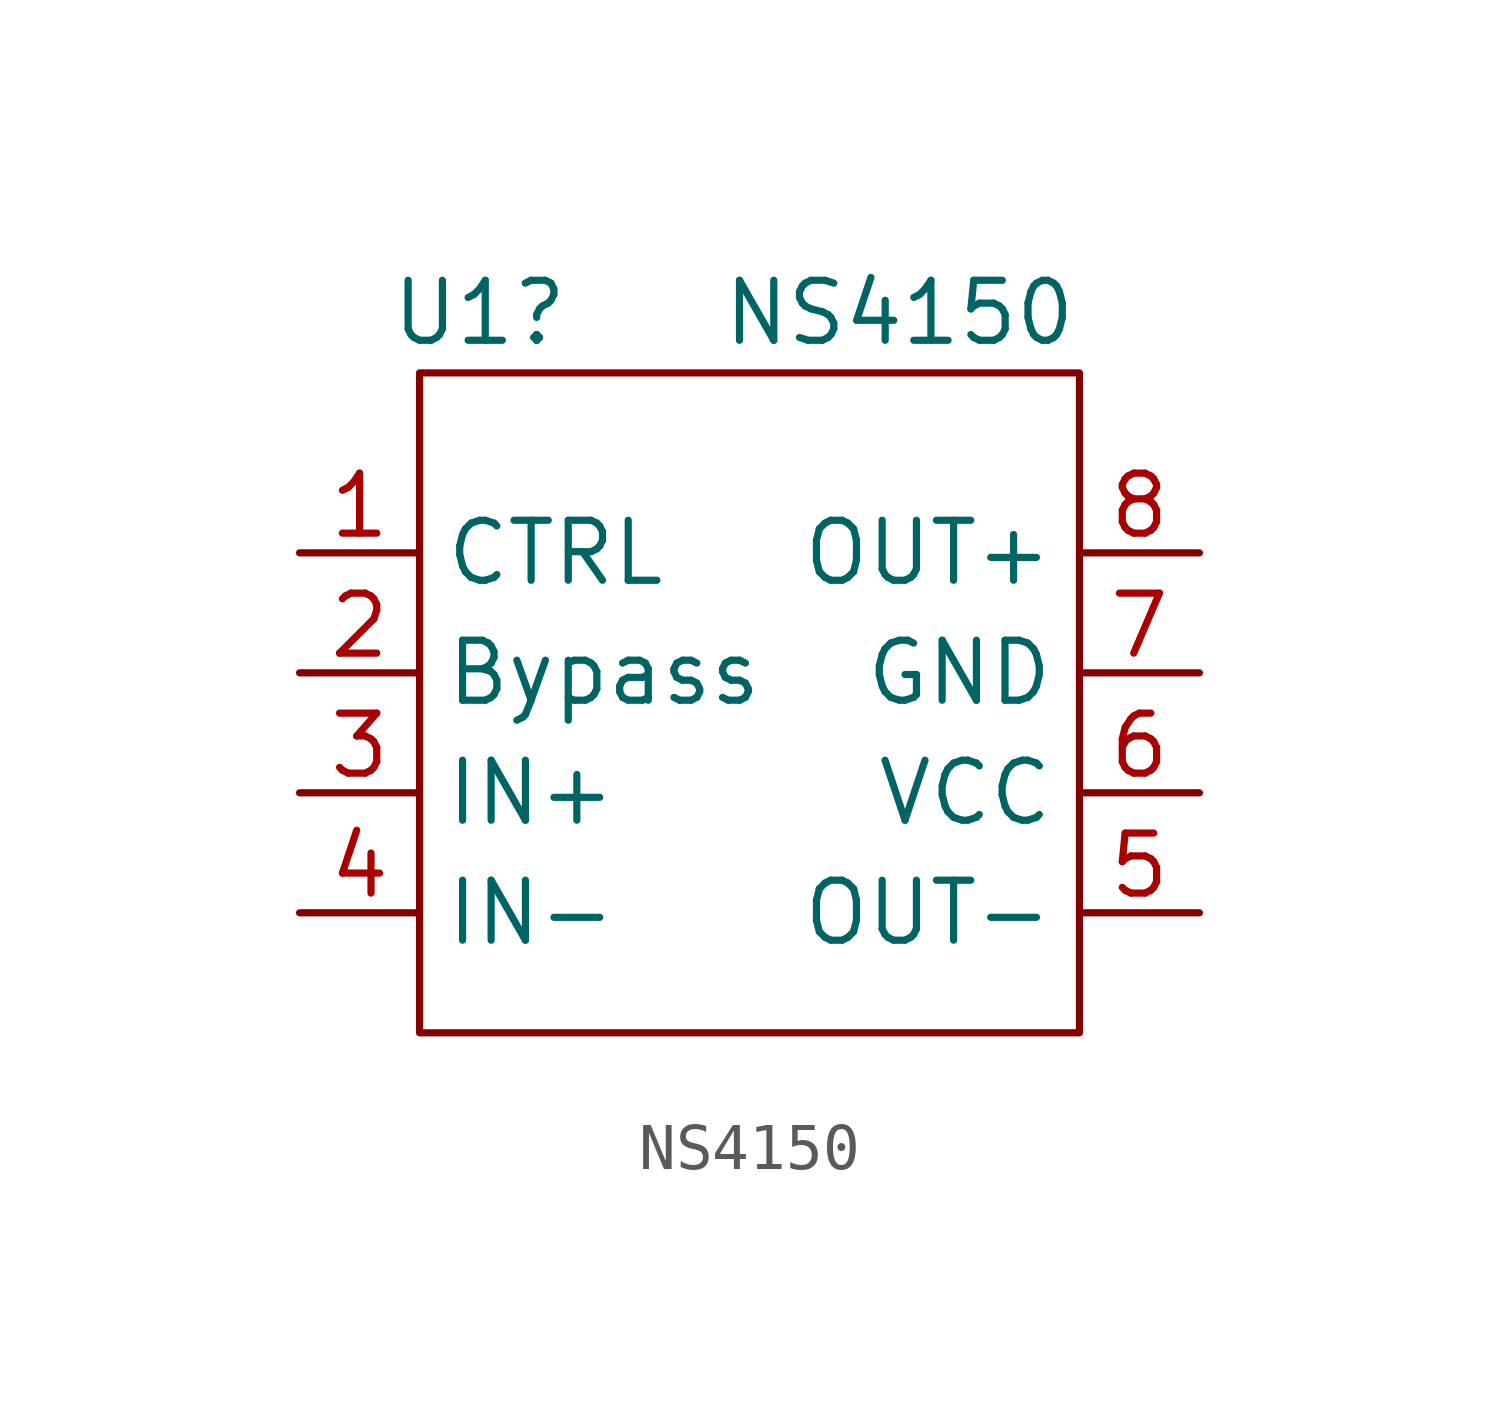
<source format=kicad_sym>
(kicad_symbol_lib
  (version 20220914)
  (generator kicad_symbol_editor)
  (symbol "NS4150"
    (property "Reference" "U1"
      (at 1.27 1.27 0)
      (effects (font (size 1.27 1.27))))
    (property "Value" "NS4150"
      (at 10.16 1.27 0)
      (effects (font (size 1.27 1.27))))
    (symbol "NS4150_0_1"
      (rectangle (start 0 0) (end 13.97 -13.97) (stroke (width 0) (type default)) (fill (type none))))
    (symbol "NS4150_1_1"
      (pin passive line (at -2.54 -3.81 0) (length 2.54) (name "CTRL" (effects (font (size 1.27 1.27)))) (number "1" (effects (font (size 1.27 1.27)))))
      (pin passive line (at -2.54 -6.35 0) (length 2.54) (name "Bypass" (effects (font (size 1.27 1.27)))) (number "2" (effects (font (size 1.27 1.27)))))
      (pin passive line (at -2.54 -8.89 0) (length 2.54) (name "IN+" (effects (font (size 1.27 1.27)))) (number "3" (effects (font (size 1.27 1.27)))))
      (pin passive line (at -2.54 -11.43 0) (length 2.54) (name "IN-" (effects (font (size 1.27 1.27)))) (number "4" (effects (font (size 1.27 1.27)))))
      (pin passive line (at 16.51 -11.43 180) (length 2.54) (name "OUT-" (effects (font (size 1.27 1.27)))) (number "5" (effects (font (size 1.27 1.27)))))
      (pin passive line (at 16.51 -8.89 180) (length 2.54) (name "VCC" (effects (font (size 1.27 1.27)))) (number "6" (effects (font (size 1.27 1.27)))))
      (pin passive line (at 16.51 -6.35 180) (length 2.54) (name "GND" (effects (font (size 1.27 1.27)))) (number "7" (effects (font (size 1.27 1.27)))))
      (pin passive line (at 16.51 -3.81 180) (length 2.54) (name "OUT+" (effects (font (size 1.27 1.27)))) (number "8" (effects (font (size 1.27 1.27))))))))
</source>
